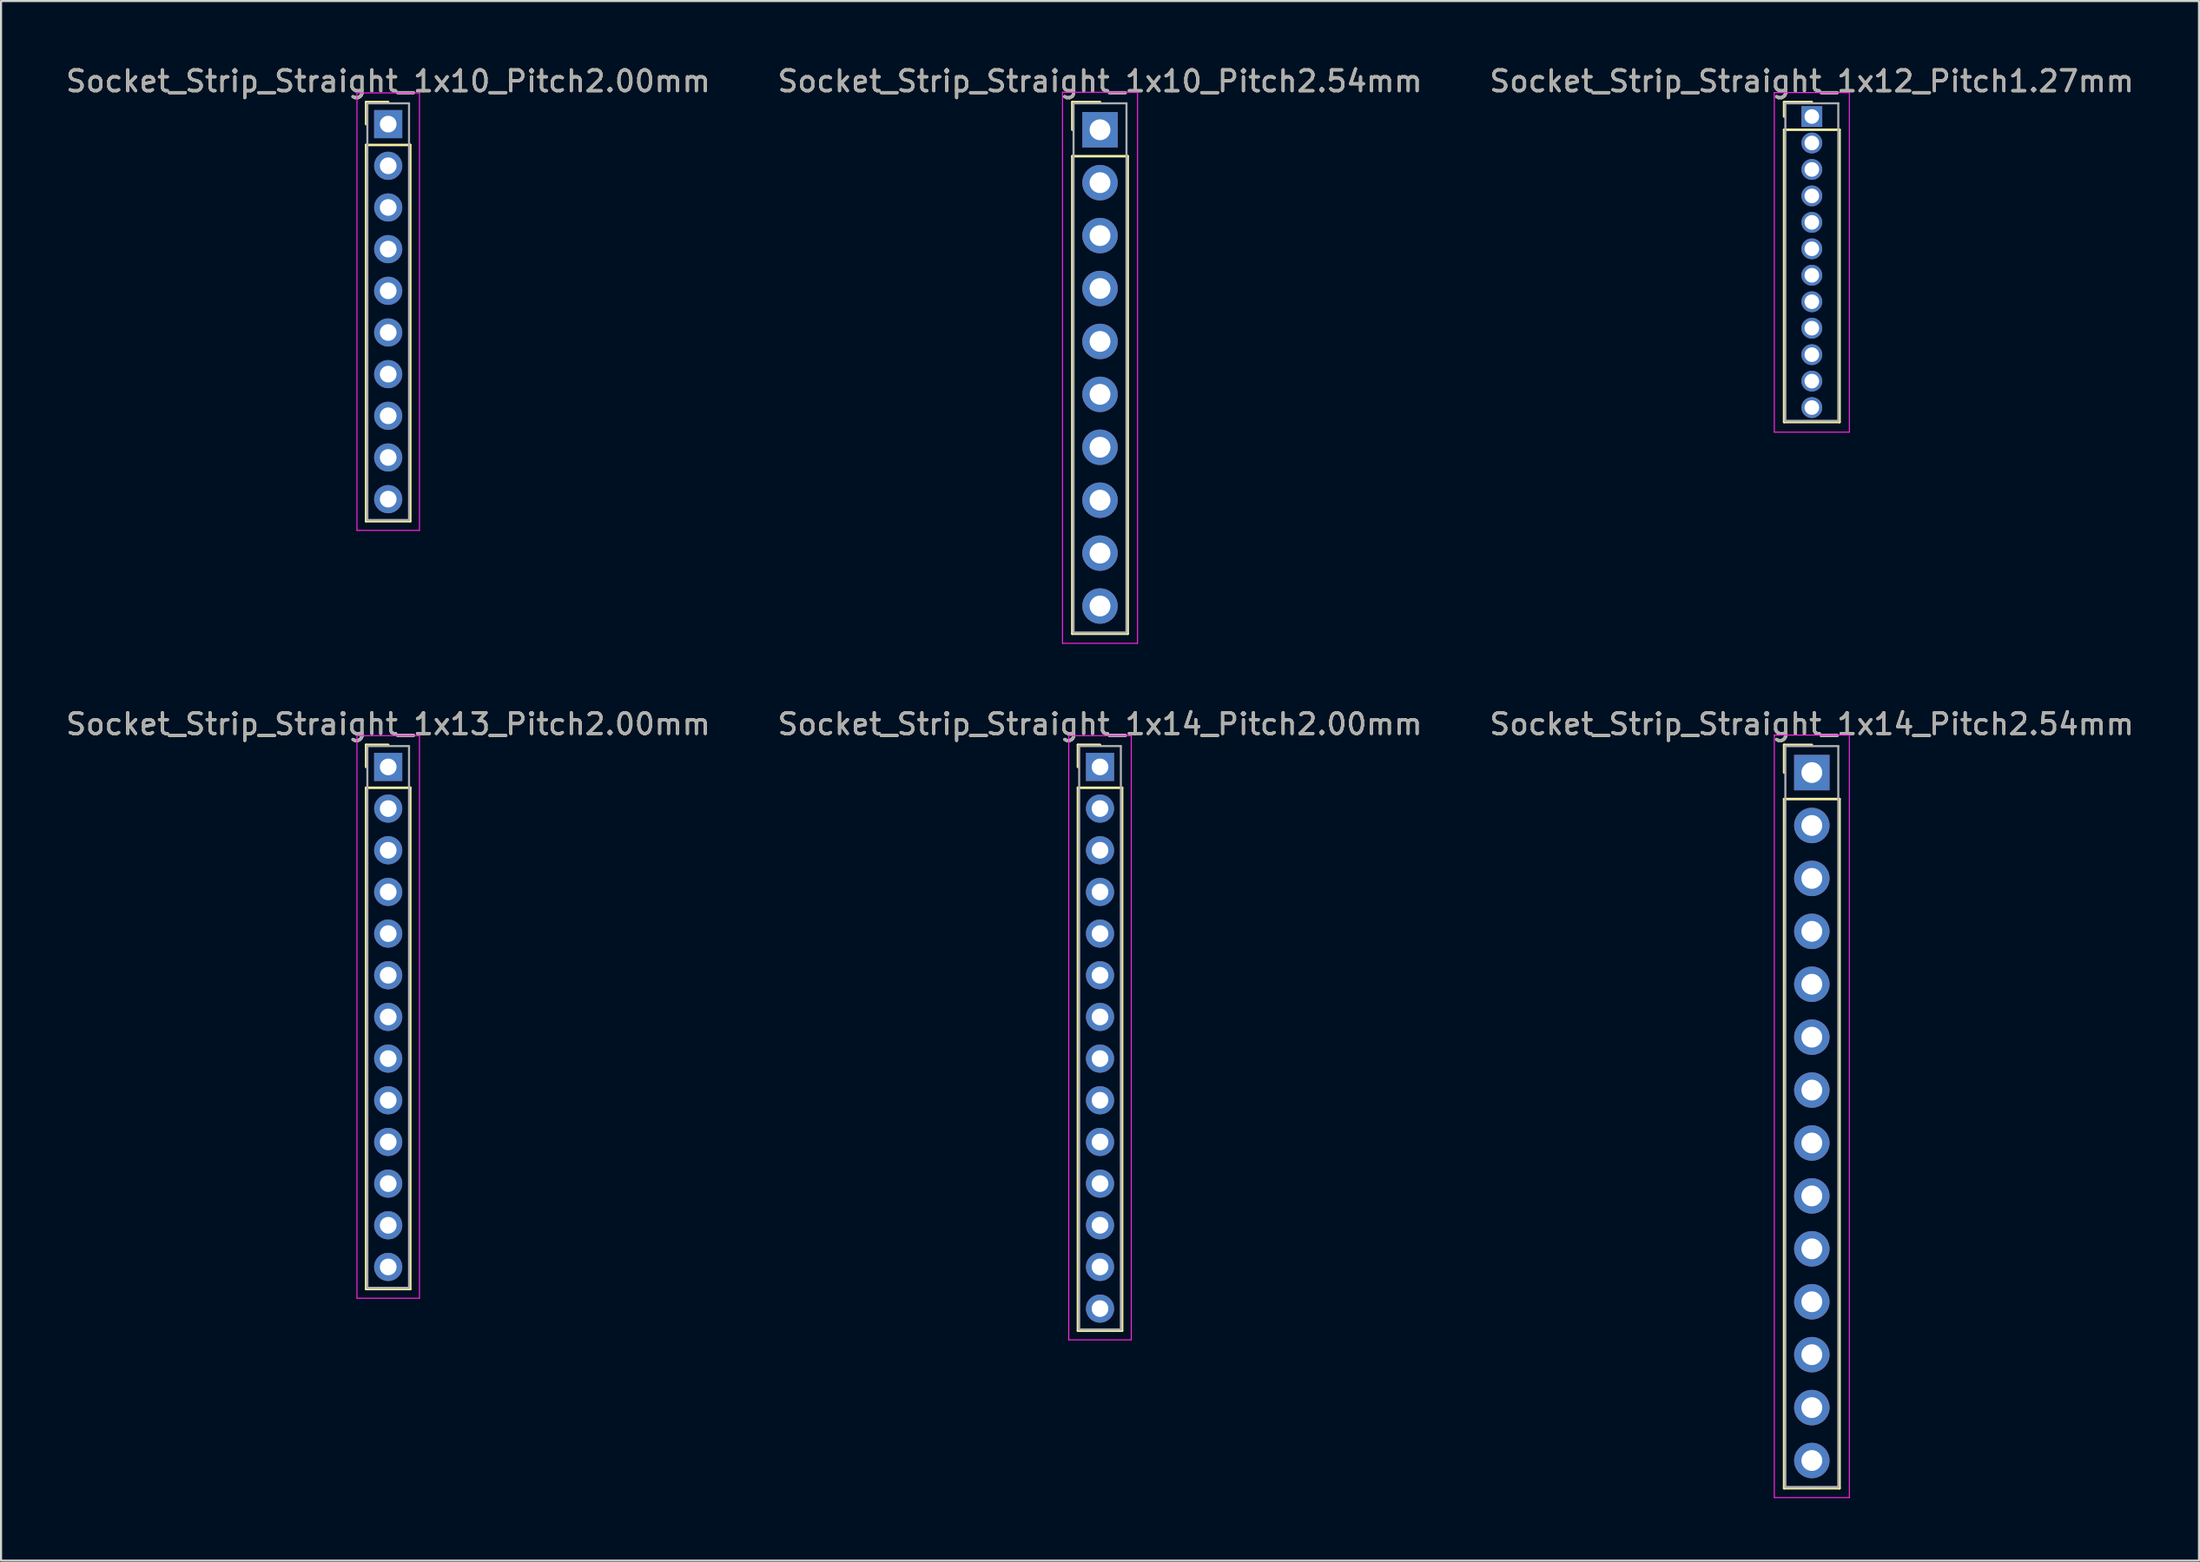
<source format=kicad_pcb>
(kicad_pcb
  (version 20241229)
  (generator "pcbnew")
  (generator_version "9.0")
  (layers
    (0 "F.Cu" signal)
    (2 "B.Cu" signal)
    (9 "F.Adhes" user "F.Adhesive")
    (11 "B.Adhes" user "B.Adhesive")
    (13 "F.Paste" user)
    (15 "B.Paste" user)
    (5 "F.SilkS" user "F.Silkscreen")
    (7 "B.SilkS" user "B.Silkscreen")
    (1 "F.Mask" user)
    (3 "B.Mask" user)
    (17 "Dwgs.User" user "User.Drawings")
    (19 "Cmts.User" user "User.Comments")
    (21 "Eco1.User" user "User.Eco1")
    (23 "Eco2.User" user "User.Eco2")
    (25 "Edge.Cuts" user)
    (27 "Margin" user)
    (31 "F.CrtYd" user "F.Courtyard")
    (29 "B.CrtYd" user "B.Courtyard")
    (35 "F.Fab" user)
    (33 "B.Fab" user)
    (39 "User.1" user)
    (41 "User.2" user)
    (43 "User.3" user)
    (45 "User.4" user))
  (footprint "Socket_Strip_Straight_1x10_Pitch2.00mm"
    (layer "F.Cu")
    (at 15.577 2.908)
    (property "Reference" "Socket_Strip_Straight_1x10_Pitch2.00mm" (at 0 -2.06 0) (layer "F.SilkS") (effects (font (size 1 1) (thickness 0.15))))
    (attr through_hole)
    (fp_line (start -1.06 -1.06) (end 0 -1.06) (stroke (width 0.12) (type solid)) (layer "F.SilkS"))
    (fp_line (start -1.06 0) (end -1.06 -1.06) (stroke (width 0.12) (type solid)) (layer "F.SilkS"))
    (fp_line (start -1.06 1) (end -1.06 19.06) (stroke (width 0.12) (type solid)) (layer "F.SilkS"))
    (fp_line (start -1.06 19.06) (end 1.06 19.06) (stroke (width 0.12) (type solid)) (layer "F.SilkS"))
    (fp_line (start 1.06 1) (end -1.06 1) (stroke (width 0.12) (type solid)) (layer "F.SilkS"))
    (fp_line (start 1.06 19.06) (end 1.06 1) (stroke (width 0.12) (type solid)) (layer "F.SilkS"))
    (fp_line (start -1.5 -1.5) (end -1.5 19.5) (stroke (width 0.05) (type solid)) (layer "F.CrtYd"))
    (fp_line (start -1.5 19.5) (end 1.5 19.5) (stroke (width 0.05) (type solid)) (layer "F.CrtYd"))
    (fp_line (start 1.5 -1.5) (end -1.5 -1.5) (stroke (width 0.05) (type solid)) (layer "F.CrtYd"))
    (fp_line (start 1.5 19.5) (end 1.5 -1.5) (stroke (width 0.05) (type solid)) (layer "F.CrtYd"))
    (fp_line (start -1 -1) (end -1 19) (stroke (width 0.1) (type solid)) (layer "F.Fab"))
    (fp_line (start -1 19) (end 1 19) (stroke (width 0.1) (type solid)) (layer "F.Fab"))
    (fp_line (start 1 -1) (end -1 -1) (stroke (width 0.1) (type solid)) (layer "F.Fab"))
    (fp_line (start 1 19) (end 1 -1) (stroke (width 0.1) (type solid)) (layer "F.Fab"))
    (fp_text user "${REFERENCE}" (at 0 -2.06 0) (layer "F.Fab") (effects (font (size 1 1) (thickness 0.15))))
    (pad "1" thru_hole rect (at 0 0) (size 1.35 1.35) (drill 0.8) (layers "*.Cu" "*.Mask"))
    (pad "2" thru_hole oval (at 0 2) (size 1.35 1.35) (drill 0.8) (layers "*.Cu" "*.Mask"))
    (pad "3" thru_hole oval (at 0 4) (size 1.35 1.35) (drill 0.8) (layers "*.Cu" "*.Mask"))
    (pad "4" thru_hole oval (at 0 6) (size 1.35 1.35) (drill 0.8) (layers "*.Cu" "*.Mask"))
    (pad "5" thru_hole oval (at 0 8) (size 1.35 1.35) (drill 0.8) (layers "*.Cu" "*.Mask"))
    (pad "6" thru_hole oval (at 0 10) (size 1.35 1.35) (drill 0.8) (layers "*.Cu" "*.Mask"))
    (pad "7" thru_hole oval (at 0 12) (size 1.35 1.35) (drill 0.8) (layers "*.Cu" "*.Mask"))
    (pad "8" thru_hole oval (at 0 14) (size 1.35 1.35) (drill 0.8) (layers "*.Cu" "*.Mask"))
    (pad "9" thru_hole oval (at 0 16) (size 1.35 1.35) (drill 0.8) (layers "*.Cu" "*.Mask"))
    (pad "10" thru_hole oval (at 0 18) (size 1.35 1.35) (drill 0.8) (layers "*.Cu" "*.Mask")))
  (footprint "Socket_Strip_Straight_1x12_Pitch1.27mm"
    (layer "F.Cu")
    (at 83.887 2.543)
    (property "Reference" "Socket_Strip_Straight_1x12_Pitch1.27mm" (at 0 -1.695 0) (layer "F.SilkS") (effects (font (size 1 1) (thickness 0.15))))
    (attr through_hole)
    (fp_line (start -1.33 -0.695) (end 0 -0.695) (stroke (width 0.12) (type solid)) (layer "F.SilkS"))
    (fp_line (start -1.33 0) (end -1.33 -0.695) (stroke (width 0.12) (type solid)) (layer "F.SilkS"))
    (fp_line (start -1.33 0.635) (end -1.33 14.665) (stroke (width 0.12) (type solid)) (layer "F.SilkS"))
    (fp_line (start -1.33 14.665) (end 1.33 14.665) (stroke (width 0.12) (type solid)) (layer "F.SilkS"))
    (fp_line (start 1.33 0.635) (end -1.33 0.635) (stroke (width 0.12) (type solid)) (layer "F.SilkS"))
    (fp_line (start 1.33 14.665) (end 1.33 0.635) (stroke (width 0.12) (type solid)) (layer "F.SilkS"))
    (fp_line (start -1.8 -1.15) (end -1.8 15.15) (stroke (width 0.05) (type solid)) (layer "F.CrtYd"))
    (fp_line (start -1.8 15.15) (end 1.8 15.15) (stroke (width 0.05) (type solid)) (layer "F.CrtYd"))
    (fp_line (start 1.8 -1.15) (end -1.8 -1.15) (stroke (width 0.05) (type solid)) (layer "F.CrtYd"))
    (fp_line (start 1.8 15.15) (end 1.8 -1.15) (stroke (width 0.05) (type solid)) (layer "F.CrtYd"))
    (fp_line (start -1.27 -0.635) (end -1.27 14.605) (stroke (width 0.1) (type solid)) (layer "F.Fab"))
    (fp_line (start -1.27 14.605) (end 1.27 14.605) (stroke (width 0.1) (type solid)) (layer "F.Fab"))
    (fp_line (start 1.27 -0.635) (end -1.27 -0.635) (stroke (width 0.1) (type solid)) (layer "F.Fab"))
    (fp_line (start 1.27 14.605) (end 1.27 -0.635) (stroke (width 0.1) (type solid)) (layer "F.Fab"))
    (fp_text user "${REFERENCE}" (at 0 -1.695 0) (layer "F.Fab") (effects (font (size 1 1) (thickness 0.15))))
    (pad "1" thru_hole rect (at 0 0) (size 1 1) (drill 0.7) (layers "*.Cu" "*.Mask"))
    (pad "2" thru_hole oval (at 0 1.27) (size 1 1) (drill 0.7) (layers "*.Cu" "*.Mask"))
    (pad "3" thru_hole oval (at 0 2.54) (size 1 1) (drill 0.7) (layers "*.Cu" "*.Mask"))
    (pad "4" thru_hole oval (at 0 3.81) (size 1 1) (drill 0.7) (layers "*.Cu" "*.Mask"))
    (pad "5" thru_hole oval (at 0 5.08) (size 1 1) (drill 0.7) (layers "*.Cu" "*.Mask"))
    (pad "6" thru_hole oval (at 0 6.35) (size 1 1) (drill 0.7) (layers "*.Cu" "*.Mask"))
    (pad "7" thru_hole oval (at 0 7.62) (size 1 1) (drill 0.7) (layers "*.Cu" "*.Mask"))
    (pad "8" thru_hole oval (at 0 8.89) (size 1 1) (drill 0.7) (layers "*.Cu" "*.Mask"))
    (pad "9" thru_hole oval (at 0 10.16) (size 1 1) (drill 0.7) (layers "*.Cu" "*.Mask"))
    (pad "10" thru_hole oval (at 0 11.43) (size 1 1) (drill 0.7) (layers "*.Cu" "*.Mask"))
    (pad "11" thru_hole oval (at 0 12.7) (size 1 1) (drill 0.7) (layers "*.Cu" "*.Mask"))
    (pad "12" thru_hole oval (at 0 13.97) (size 1 1) (drill 0.7) (layers "*.Cu" "*.Mask")))
  (footprint "Socket_Strip_Straight_1x14_Pitch2.54mm"
    (layer "F.Cu")
    (at 83.887 34.032)
    (property "Reference" "Socket_Strip_Straight_1x14_Pitch2.54mm" (at 0 -2.33 0) (layer "F.SilkS") (effects (font (size 1 1) (thickness 0.15))))
    (attr through_hole)
    (fp_line (start -1.33 -1.33) (end 0 -1.33) (stroke (width 0.12) (type solid)) (layer "F.SilkS"))
    (fp_line (start -1.33 0) (end -1.33 -1.33) (stroke (width 0.12) (type solid)) (layer "F.SilkS"))
    (fp_line (start -1.33 1.27) (end -1.33 34.35) (stroke (width 0.12) (type solid)) (layer "F.SilkS"))
    (fp_line (start -1.33 34.35) (end 1.33 34.35) (stroke (width 0.12) (type solid)) (layer "F.SilkS"))
    (fp_line (start 1.33 1.27) (end -1.33 1.27) (stroke (width 0.12) (type solid)) (layer "F.SilkS"))
    (fp_line (start 1.33 34.35) (end 1.33 1.27) (stroke (width 0.12) (type solid)) (layer "F.SilkS"))
    (fp_line (start -1.8 -1.8) (end -1.8 34.8) (stroke (width 0.05) (type solid)) (layer "F.CrtYd"))
    (fp_line (start -1.8 34.8) (end 1.8 34.8) (stroke (width 0.05) (type solid)) (layer "F.CrtYd"))
    (fp_line (start 1.8 -1.8) (end -1.8 -1.8) (stroke (width 0.05) (type solid)) (layer "F.CrtYd"))
    (fp_line (start 1.8 34.8) (end 1.8 -1.8) (stroke (width 0.05) (type solid)) (layer "F.CrtYd"))
    (fp_line (start -1.27 -1.27) (end -1.27 34.29) (stroke (width 0.1) (type solid)) (layer "F.Fab"))
    (fp_line (start -1.27 34.29) (end 1.27 34.29) (stroke (width 0.1) (type solid)) (layer "F.Fab"))
    (fp_line (start 1.27 -1.27) (end -1.27 -1.27) (stroke (width 0.1) (type solid)) (layer "F.Fab"))
    (fp_line (start 1.27 34.29) (end 1.27 -1.27) (stroke (width 0.1) (type solid)) (layer "F.Fab"))
    (fp_text user "${REFERENCE}" (at 0 -2.33 0) (layer "F.Fab") (effects (font (size 1 1) (thickness 0.15))))
    (pad "1" thru_hole rect (at 0 0) (size 1.7 1.7) (drill 1) (layers "*.Cu" "*.Mask"))
    (pad "2" thru_hole oval (at 0 2.54) (size 1.7 1.7) (drill 1) (layers "*.Cu" "*.Mask"))
    (pad "3" thru_hole oval (at 0 5.08) (size 1.7 1.7) (drill 1) (layers "*.Cu" "*.Mask"))
    (pad "4" thru_hole oval (at 0 7.62) (size 1.7 1.7) (drill 1) (layers "*.Cu" "*.Mask"))
    (pad "5" thru_hole oval (at 0 10.16) (size 1.7 1.7) (drill 1) (layers "*.Cu" "*.Mask"))
    (pad "6" thru_hole oval (at 0 12.7) (size 1.7 1.7) (drill 1) (layers "*.Cu" "*.Mask"))
    (pad "7" thru_hole oval (at 0 15.24) (size 1.7 1.7) (drill 1) (layers "*.Cu" "*.Mask"))
    (pad "8" thru_hole oval (at 0 17.78) (size 1.7 1.7) (drill 1) (layers "*.Cu" "*.Mask"))
    (pad "9" thru_hole oval (at 0 20.32) (size 1.7 1.7) (drill 1) (layers "*.Cu" "*.Mask"))
    (pad "10" thru_hole oval (at 0 22.86) (size 1.7 1.7) (drill 1) (layers "*.Cu" "*.Mask"))
    (pad "11" thru_hole oval (at 0 25.4) (size 1.7 1.7) (drill 1) (layers "*.Cu" "*.Mask"))
    (pad "12" thru_hole oval (at 0 27.94) (size 1.7 1.7) (drill 1) (layers "*.Cu" "*.Mask"))
    (pad "13" thru_hole oval (at 0 30.48) (size 1.7 1.7) (drill 1) (layers "*.Cu" "*.Mask"))
    (pad "14" thru_hole oval (at 0 33.02) (size 1.7 1.7) (drill 1) (layers "*.Cu" "*.Mask")))
  (footprint "Socket_Strip_Straight_1x10_Pitch2.54mm"
    (layer "F.Cu")
    (at 49.732 3.178)
    (property "Reference" "Socket_Strip_Straight_1x10_Pitch2.54mm" (at 0 -2.33 0) (layer "F.SilkS") (effects (font (size 1 1) (thickness 0.15))))
    (attr through_hole)
    (fp_line (start -1.33 -1.33) (end 0 -1.33) (stroke (width 0.12) (type solid)) (layer "F.SilkS"))
    (fp_line (start -1.33 0) (end -1.33 -1.33) (stroke (width 0.12) (type solid)) (layer "F.SilkS"))
    (fp_line (start -1.33 1.27) (end -1.33 24.19) (stroke (width 0.12) (type solid)) (layer "F.SilkS"))
    (fp_line (start -1.33 24.19) (end 1.33 24.19) (stroke (width 0.12) (type solid)) (layer "F.SilkS"))
    (fp_line (start 1.33 1.27) (end -1.33 1.27) (stroke (width 0.12) (type solid)) (layer "F.SilkS"))
    (fp_line (start 1.33 24.19) (end 1.33 1.27) (stroke (width 0.12) (type solid)) (layer "F.SilkS"))
    (fp_line (start -1.8 -1.8) (end -1.8 24.65) (stroke (width 0.05) (type solid)) (layer "F.CrtYd"))
    (fp_line (start -1.8 24.65) (end 1.8 24.65) (stroke (width 0.05) (type solid)) (layer "F.CrtYd"))
    (fp_line (start 1.8 -1.8) (end -1.8 -1.8) (stroke (width 0.05) (type solid)) (layer "F.CrtYd"))
    (fp_line (start 1.8 24.65) (end 1.8 -1.8) (stroke (width 0.05) (type solid)) (layer "F.CrtYd"))
    (fp_line (start -1.27 -1.27) (end -1.27 24.13) (stroke (width 0.1) (type solid)) (layer "F.Fab"))
    (fp_line (start -1.27 24.13) (end 1.27 24.13) (stroke (width 0.1) (type solid)) (layer "F.Fab"))
    (fp_line (start 1.27 -1.27) (end -1.27 -1.27) (stroke (width 0.1) (type solid)) (layer "F.Fab"))
    (fp_line (start 1.27 24.13) (end 1.27 -1.27) (stroke (width 0.1) (type solid)) (layer "F.Fab"))
    (fp_text user "${REFERENCE}" (at 0 -2.33 0) (layer "F.Fab") (effects (font (size 1 1) (thickness 0.15))))
    (pad "1" thru_hole rect (at 0 0) (size 1.7 1.7) (drill 1) (layers "*.Cu" "*.Mask"))
    (pad "2" thru_hole oval (at 0 2.54) (size 1.7 1.7) (drill 1) (layers "*.Cu" "*.Mask"))
    (pad "3" thru_hole oval (at 0 5.08) (size 1.7 1.7) (drill 1) (layers "*.Cu" "*.Mask"))
    (pad "4" thru_hole oval (at 0 7.62) (size 1.7 1.7) (drill 1) (layers "*.Cu" "*.Mask"))
    (pad "5" thru_hole oval (at 0 10.16) (size 1.7 1.7) (drill 1) (layers "*.Cu" "*.Mask"))
    (pad "6" thru_hole oval (at 0 12.7) (size 1.7 1.7) (drill 1) (layers "*.Cu" "*.Mask"))
    (pad "7" thru_hole oval (at 0 15.24) (size 1.7 1.7) (drill 1) (layers "*.Cu" "*.Mask"))
    (pad "8" thru_hole oval (at 0 17.78) (size 1.7 1.7) (drill 1) (layers "*.Cu" "*.Mask"))
    (pad "9" thru_hole oval (at 0 20.32) (size 1.7 1.7) (drill 1) (layers "*.Cu" "*.Mask"))
    (pad "10" thru_hole oval (at 0 22.86) (size 1.7 1.7) (drill 1) (layers "*.Cu" "*.Mask")))
  (footprint "Socket_Strip_Straight_1x14_Pitch2.00mm"
    (layer "F.Cu")
    (at 49.732 33.761)
    (property "Reference" "Socket_Strip_Straight_1x14_Pitch2.00mm" (at 0 -2.06 0) (layer "F.SilkS") (effects (font (size 1 1) (thickness 0.15))))
    (attr through_hole)
    (fp_line (start -1.06 -1.06) (end 0 -1.06) (stroke (width 0.12) (type solid)) (layer "F.SilkS"))
    (fp_line (start -1.06 0) (end -1.06 -1.06) (stroke (width 0.12) (type solid)) (layer "F.SilkS"))
    (fp_line (start -1.06 1) (end -1.06 27.06) (stroke (width 0.12) (type solid)) (layer "F.SilkS"))
    (fp_line (start -1.06 27.06) (end 1.06 27.06) (stroke (width 0.12) (type solid)) (layer "F.SilkS"))
    (fp_line (start 1.06 1) (end -1.06 1) (stroke (width 0.12) (type solid)) (layer "F.SilkS"))
    (fp_line (start 1.06 27.06) (end 1.06 1) (stroke (width 0.12) (type solid)) (layer "F.SilkS"))
    (fp_line (start -1.5 -1.5) (end -1.5 27.5) (stroke (width 0.05) (type solid)) (layer "F.CrtYd"))
    (fp_line (start -1.5 27.5) (end 1.5 27.5) (stroke (width 0.05) (type solid)) (layer "F.CrtYd"))
    (fp_line (start 1.5 -1.5) (end -1.5 -1.5) (stroke (width 0.05) (type solid)) (layer "F.CrtYd"))
    (fp_line (start 1.5 27.5) (end 1.5 -1.5) (stroke (width 0.05) (type solid)) (layer "F.CrtYd"))
    (fp_line (start -1 -1) (end -1 27) (stroke (width 0.1) (type solid)) (layer "F.Fab"))
    (fp_line (start -1 27) (end 1 27) (stroke (width 0.1) (type solid)) (layer "F.Fab"))
    (fp_line (start 1 -1) (end -1 -1) (stroke (width 0.1) (type solid)) (layer "F.Fab"))
    (fp_line (start 1 27) (end 1 -1) (stroke (width 0.1) (type solid)) (layer "F.Fab"))
    (fp_text user "${REFERENCE}" (at 0 -2.06 0) (layer "F.Fab") (effects (font (size 1 1) (thickness 0.15))))
    (pad "1" thru_hole rect (at 0 0) (size 1.35 1.35) (drill 0.8) (layers "*.Cu" "*.Mask"))
    (pad "2" thru_hole oval (at 0 2) (size 1.35 1.35) (drill 0.8) (layers "*.Cu" "*.Mask"))
    (pad "3" thru_hole oval (at 0 4) (size 1.35 1.35) (drill 0.8) (layers "*.Cu" "*.Mask"))
    (pad "4" thru_hole oval (at 0 6) (size 1.35 1.35) (drill 0.8) (layers "*.Cu" "*.Mask"))
    (pad "5" thru_hole oval (at 0 8) (size 1.35 1.35) (drill 0.8) (layers "*.Cu" "*.Mask"))
    (pad "6" thru_hole oval (at 0 10) (size 1.35 1.35) (drill 0.8) (layers "*.Cu" "*.Mask"))
    (pad "7" thru_hole oval (at 0 12) (size 1.35 1.35) (drill 0.8) (layers "*.Cu" "*.Mask"))
    (pad "8" thru_hole oval (at 0 14) (size 1.35 1.35) (drill 0.8) (layers "*.Cu" "*.Mask"))
    (pad "9" thru_hole oval (at 0 16) (size 1.35 1.35) (drill 0.8) (layers "*.Cu" "*.Mask"))
    (pad "10" thru_hole oval (at 0 18) (size 1.35 1.35) (drill 0.8) (layers "*.Cu" "*.Mask"))
    (pad "11" thru_hole oval (at 0 20) (size 1.35 1.35) (drill 0.8) (layers "*.Cu" "*.Mask"))
    (pad "12" thru_hole oval (at 0 22) (size 1.35 1.35) (drill 0.8) (layers "*.Cu" "*.Mask"))
    (pad "13" thru_hole oval (at 0 24) (size 1.35 1.35) (drill 0.8) (layers "*.Cu" "*.Mask"))
    (pad "14" thru_hole oval (at 0 26) (size 1.35 1.35) (drill 0.8) (layers "*.Cu" "*.Mask")))
  (footprint "Socket_Strip_Straight_1x13_Pitch2.00mm"
    (layer "F.Cu")
    (at 15.577 33.761)
    (property "Reference" "Socket_Strip_Straight_1x13_Pitch2.00mm" (at 0 -2.06 0) (layer "F.SilkS") (effects (font (size 1 1) (thickness 0.15))))
    (attr through_hole)
    (fp_line (start -1.06 -1.06) (end 0 -1.06) (stroke (width 0.12) (type solid)) (layer "F.SilkS"))
    (fp_line (start -1.06 0) (end -1.06 -1.06) (stroke (width 0.12) (type solid)) (layer "F.SilkS"))
    (fp_line (start -1.06 1) (end -1.06 25.06) (stroke (width 0.12) (type solid)) (layer "F.SilkS"))
    (fp_line (start -1.06 25.06) (end 1.06 25.06) (stroke (width 0.12) (type solid)) (layer "F.SilkS"))
    (fp_line (start 1.06 1) (end -1.06 1) (stroke (width 0.12) (type solid)) (layer "F.SilkS"))
    (fp_line (start 1.06 25.06) (end 1.06 1) (stroke (width 0.12) (type solid)) (layer "F.SilkS"))
    (fp_line (start -1.5 -1.5) (end -1.5 25.5) (stroke (width 0.05) (type solid)) (layer "F.CrtYd"))
    (fp_line (start -1.5 25.5) (end 1.5 25.5) (stroke (width 0.05) (type solid)) (layer "F.CrtYd"))
    (fp_line (start 1.5 -1.5) (end -1.5 -1.5) (stroke (width 0.05) (type solid)) (layer "F.CrtYd"))
    (fp_line (start 1.5 25.5) (end 1.5 -1.5) (stroke (width 0.05) (type solid)) (layer "F.CrtYd"))
    (fp_line (start -1 -1) (end -1 25) (stroke (width 0.1) (type solid)) (layer "F.Fab"))
    (fp_line (start -1 25) (end 1 25) (stroke (width 0.1) (type solid)) (layer "F.Fab"))
    (fp_line (start 1 -1) (end -1 -1) (stroke (width 0.1) (type solid)) (layer "F.Fab"))
    (fp_line (start 1 25) (end 1 -1) (stroke (width 0.1) (type solid)) (layer "F.Fab"))
    (fp_text user "${REFERENCE}" (at 0 -2.06 0) (layer "F.Fab") (effects (font (size 1 1) (thickness 0.15))))
    (pad "1" thru_hole rect (at 0 0) (size 1.35 1.35) (drill 0.8) (layers "*.Cu" "*.Mask"))
    (pad "2" thru_hole oval (at 0 2) (size 1.35 1.35) (drill 0.8) (layers "*.Cu" "*.Mask"))
    (pad "3" thru_hole oval (at 0 4) (size 1.35 1.35) (drill 0.8) (layers "*.Cu" "*.Mask"))
    (pad "4" thru_hole oval (at 0 6) (size 1.35 1.35) (drill 0.8) (layers "*.Cu" "*.Mask"))
    (pad "5" thru_hole oval (at 0 8) (size 1.35 1.35) (drill 0.8) (layers "*.Cu" "*.Mask"))
    (pad "6" thru_hole oval (at 0 10) (size 1.35 1.35) (drill 0.8) (layers "*.Cu" "*.Mask"))
    (pad "7" thru_hole oval (at 0 12) (size 1.35 1.35) (drill 0.8) (layers "*.Cu" "*.Mask"))
    (pad "8" thru_hole oval (at 0 14) (size 1.35 1.35) (drill 0.8) (layers "*.Cu" "*.Mask"))
    (pad "9" thru_hole oval (at 0 16) (size 1.35 1.35) (drill 0.8) (layers "*.Cu" "*.Mask"))
    (pad "10" thru_hole oval (at 0 18) (size 1.35 1.35) (drill 0.8) (layers "*.Cu" "*.Mask"))
    (pad "11" thru_hole oval (at 0 20) (size 1.35 1.35) (drill 0.8) (layers "*.Cu" "*.Mask"))
    (pad "12" thru_hole oval (at 0 22) (size 1.35 1.35) (drill 0.8) (layers "*.Cu" "*.Mask"))
    (pad "13" thru_hole oval (at 0 24) (size 1.35 1.35) (drill 0.8) (layers "*.Cu" "*.Mask")))
  (gr_rect
    (start -3 -3)
    (end 102.464 71.856)
    (stroke (width 0.1) (type default))
    (fill no)
    (layer "Edge.Cuts")))
</source>
